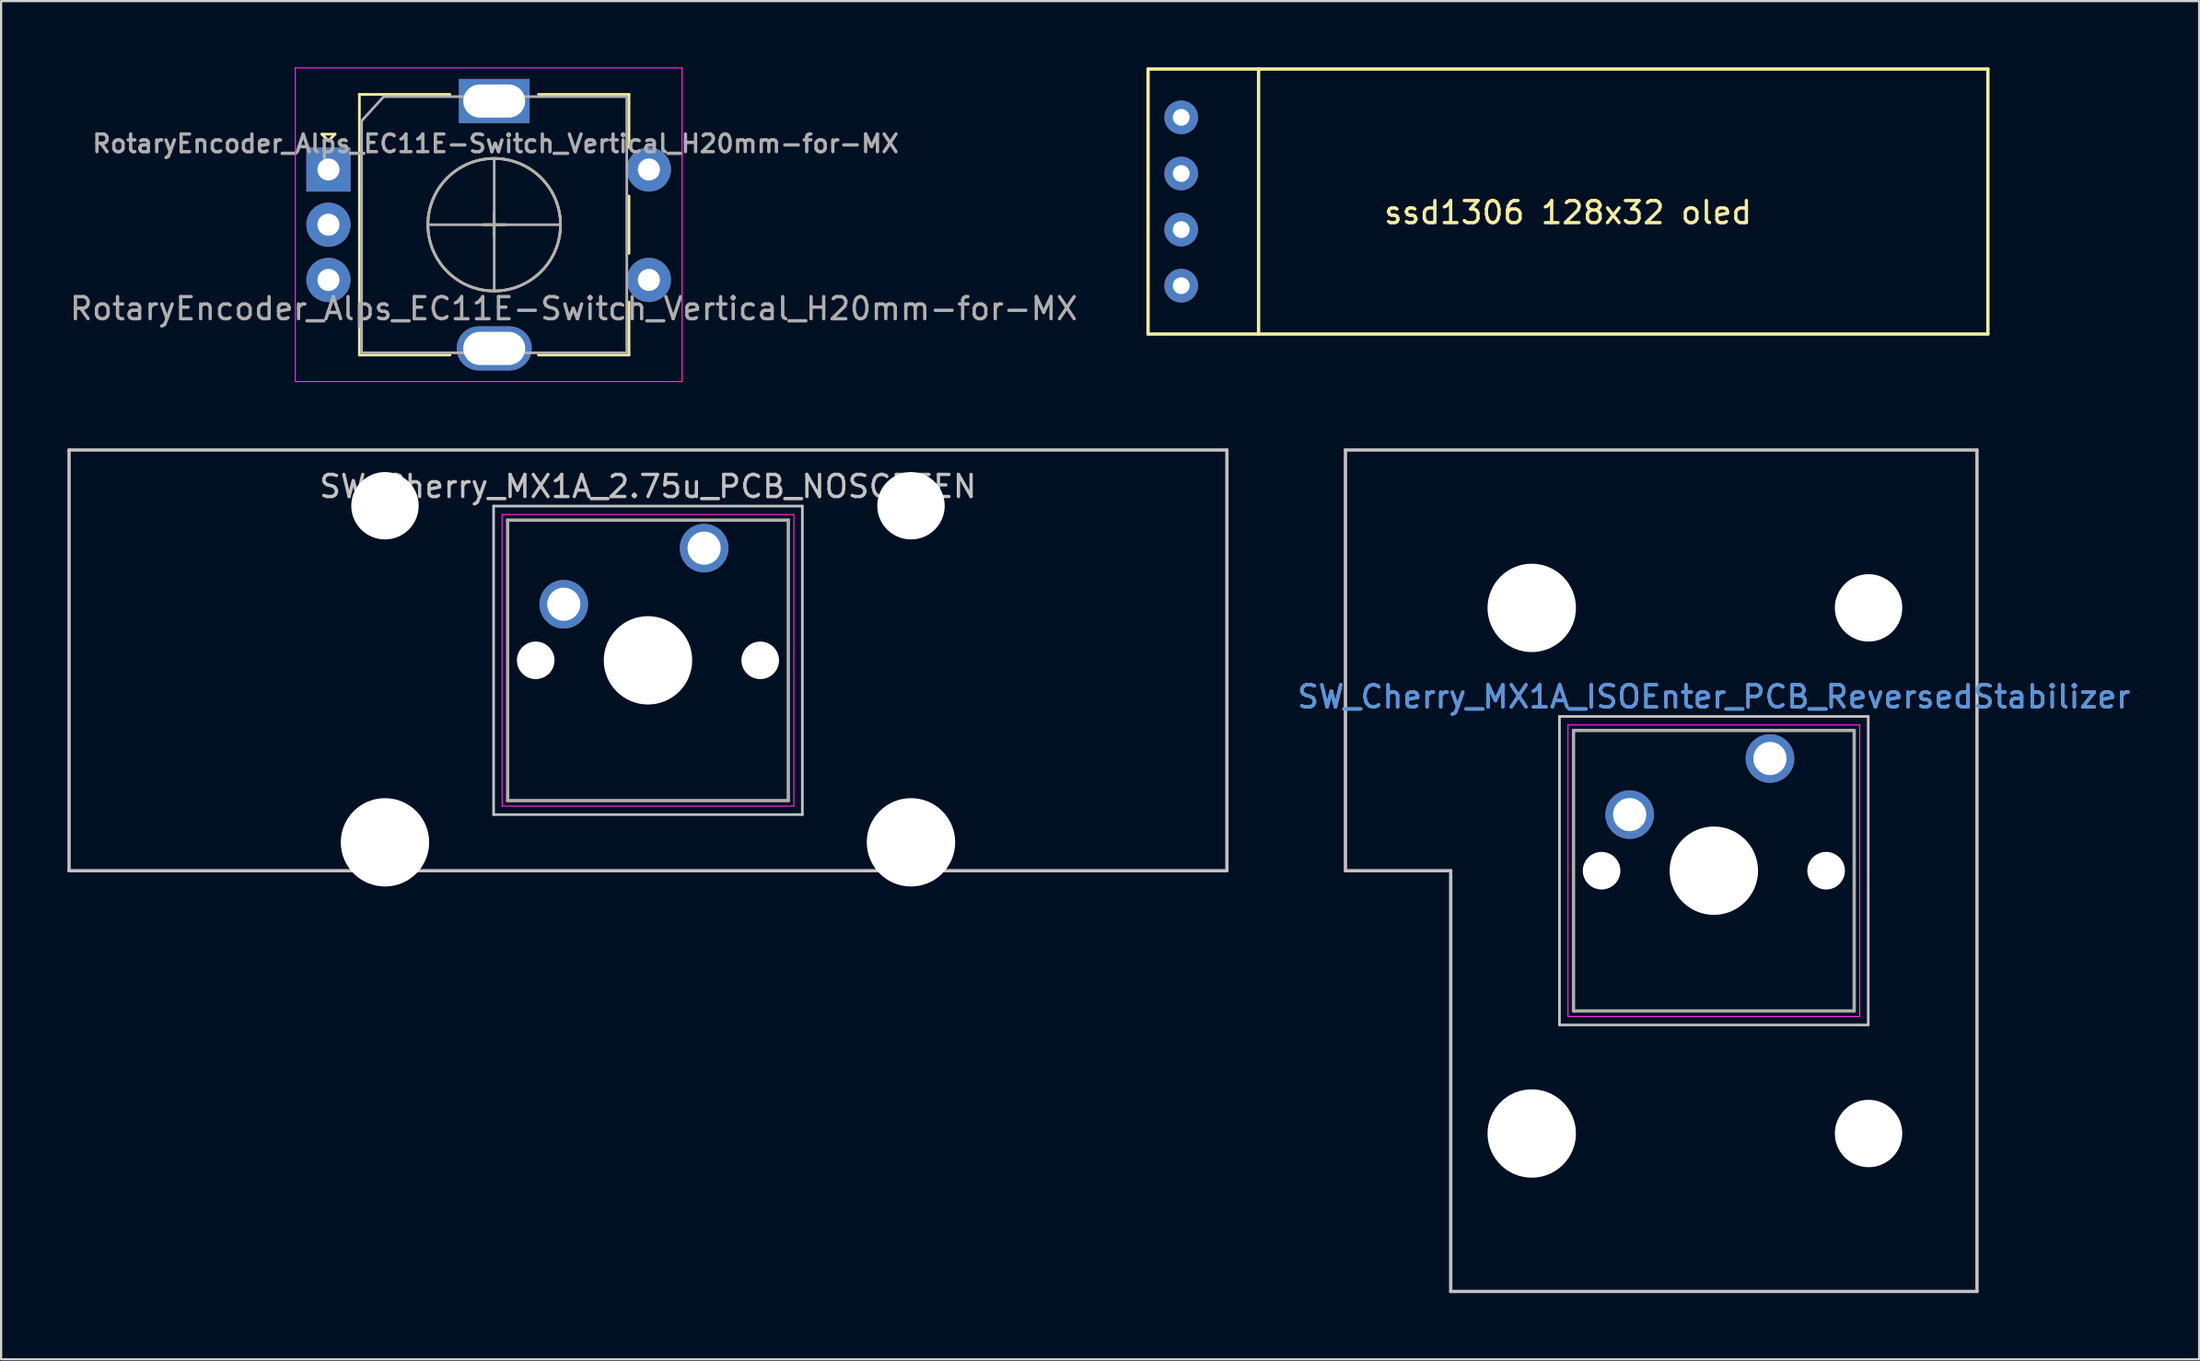
<source format=kicad_pcb>
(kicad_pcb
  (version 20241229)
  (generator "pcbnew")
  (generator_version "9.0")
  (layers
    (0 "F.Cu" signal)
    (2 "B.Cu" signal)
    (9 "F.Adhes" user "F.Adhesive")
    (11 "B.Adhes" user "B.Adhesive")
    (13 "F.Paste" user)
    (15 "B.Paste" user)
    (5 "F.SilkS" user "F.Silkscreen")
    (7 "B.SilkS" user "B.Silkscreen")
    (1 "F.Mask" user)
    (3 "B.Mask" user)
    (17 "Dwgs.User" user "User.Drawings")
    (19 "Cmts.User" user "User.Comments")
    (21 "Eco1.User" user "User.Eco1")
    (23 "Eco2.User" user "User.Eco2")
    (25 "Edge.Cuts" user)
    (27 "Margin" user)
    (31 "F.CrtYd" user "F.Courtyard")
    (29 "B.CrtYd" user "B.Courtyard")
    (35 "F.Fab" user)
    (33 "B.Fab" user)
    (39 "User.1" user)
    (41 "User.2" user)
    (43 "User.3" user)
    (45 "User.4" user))
  (footprint "SW_Cherry_MX1A_ISOEnter_PCB_ReversedStabilizer"
    (layer "F.Cu")
    (at 77.036 31.295)
    (property "Reference" "SW_Cherry_MX1A_ISOEnter_PCB_ReversedStabilizer" (at -2.54 -2.794 0) (layer "Cmts.User") (effects (font (size 1 1) (thickness 0.15))))
    (attr through_hole)
    (fp_line (start -19.209 -13.97) (end 9.366 -13.97) (stroke (width 0.15) (type solid)) (layer "Dwgs.User"))
    (fp_line (start -19.209 5.08) (end -19.209 -13.97) (stroke (width 0.15) (type solid)) (layer "Dwgs.User"))
    (fp_line (start -14.446 5.08) (end -19.209 5.08) (stroke (width 0.15) (type solid)) (layer "Dwgs.User"))
    (fp_line (start -14.446 24.13) (end -14.446 5.08) (stroke (width 0.15) (type solid)) (layer "Dwgs.User"))
    (fp_line (start -9.525 -1.905) (end 4.445 -1.905) (stroke (width 0.12) (type solid)) (layer "Dwgs.User"))
    (fp_line (start -9.525 12.065) (end -9.525 -1.905) (stroke (width 0.12) (type solid)) (layer "Dwgs.User"))
    (fp_line (start 4.445 -1.905) (end 4.445 12.065) (stroke (width 0.12) (type solid)) (layer "Dwgs.User"))
    (fp_line (start 4.445 12.065) (end -9.525 12.065) (stroke (width 0.12) (type solid)) (layer "Dwgs.User"))
    (fp_line (start 9.366 -13.97) (end 9.366 24.13) (stroke (width 0.15) (type solid)) (layer "Dwgs.User"))
    (fp_line (start 9.366 24.13) (end -14.446 24.13) (stroke (width 0.15) (type solid)) (layer "Dwgs.User"))
    (fp_line (start -9.14 -1.52) (end 4.06 -1.52) (stroke (width 0.05) (type solid)) (layer "F.CrtYd"))
    (fp_line (start -9.14 11.68) (end -9.14 -1.52) (stroke (width 0.05) (type solid)) (layer "F.CrtYd"))
    (fp_line (start 4.06 -1.52) (end 4.06 11.68) (stroke (width 0.05) (type solid)) (layer "F.CrtYd"))
    (fp_line (start 4.06 11.68) (end -9.14 11.68) (stroke (width 0.05) (type solid)) (layer "F.CrtYd"))
    (fp_line (start -8.89 -1.27) (end 3.81 -1.27) (stroke (width 0.15) (type solid)) (layer "F.Fab"))
    (fp_line (start -8.89 11.43) (end -8.89 -1.27) (stroke (width 0.15) (type solid)) (layer "F.Fab"))
    (fp_line (start 3.81 -1.27) (end 3.81 11.43) (stroke (width 0.15) (type solid)) (layer "F.Fab"))
    (fp_line (start 3.81 11.43) (end -8.89 11.43) (stroke (width 0.15) (type solid)) (layer "F.Fab"))
    (fp_text user "${REFERENCE}" (at -2.54 -2.794 0) (layer "F.Fab") (effects (font (size 1 1) (thickness 0.15))))
    (pad "" np_thru_hole circle (at -10.78 -6.82 180) (size 4 4) (drill 4) (layers "*.Cu" "*.Mask"))
    (pad "" np_thru_hole circle (at -10.78 16.98 180) (size 4 4) (drill 4) (layers "*.Cu" "*.Mask"))
    (pad "" np_thru_hole circle (at -7.62 5.08) (size 1.7 1.7) (drill 1.7) (layers "*.Cu" "*.Mask"))
    (pad "" np_thru_hole circle (at -2.54 5.08) (size 4 4) (drill 4) (layers "*.Cu" "*.Mask"))
    (pad "" np_thru_hole circle (at 2.54 5.08) (size 1.7 1.7) (drill 1.7) (layers "*.Cu" "*.Mask"))
    (pad "" np_thru_hole circle (at 4.46 -6.82 180) (size 3.05 3.05) (drill 3.05) (layers "*.Cu" "*.Mask"))
    (pad "" np_thru_hole circle (at 4.46 16.98 180) (size 3.05 3.05) (drill 3.05) (layers "*.Cu" "*.Mask"))
    (pad "1" thru_hole circle (at 0 0) (size 2.2 2.2) (drill 1.5) (layers "*.Cu" "*.Mask"))
    (pad "2" thru_hole circle (at -6.35 2.54) (size 2.2 2.2) (drill 1.5) (layers "*.Cu" "*.Mask")))
  (footprint "SW_Cherry_MX1A_2.75u_PCB_NOSCREEN"
    (layer "F.Cu")
    (at 28.809 21.77)
    (property "Reference" "SW_Cherry_MX1A_2.75u_PCB_NOSCREEN" (at -2.54 -2.794 180) (layer "Dwgs.User") (effects (font (size 1 1) (thickness 0.15))))
    (attr through_hole)
    (fp_line (start -28.734 -4.445) (end 23.654 -4.445) (stroke (width 0.15) (type solid)) (layer "Dwgs.User"))
    (fp_line (start -28.734 14.605) (end -28.734 -4.445) (stroke (width 0.15) (type solid)) (layer "Dwgs.User"))
    (fp_line (start -9.525 -1.905) (end 4.445 -1.905) (stroke (width 0.12) (type solid)) (layer "Dwgs.User"))
    (fp_line (start -9.525 12.065) (end -9.525 -1.905) (stroke (width 0.12) (type solid)) (layer "Dwgs.User"))
    (fp_line (start 4.445 -1.905) (end 4.445 12.065) (stroke (width 0.12) (type solid)) (layer "Dwgs.User"))
    (fp_line (start 4.445 12.065) (end -9.525 12.065) (stroke (width 0.12) (type solid)) (layer "Dwgs.User"))
    (fp_line (start 23.654 -4.445) (end 23.654 14.605) (stroke (width 0.15) (type solid)) (layer "Dwgs.User"))
    (fp_line (start 23.654 14.605) (end -28.734 14.605) (stroke (width 0.15) (type solid)) (layer "Dwgs.User"))
    (fp_line (start -9.14 -1.52) (end 4.06 -1.52) (stroke (width 0.05) (type solid)) (layer "F.CrtYd"))
    (fp_line (start -9.14 11.68) (end -9.14 -1.52) (stroke (width 0.05) (type solid)) (layer "F.CrtYd"))
    (fp_line (start 4.06 -1.52) (end 4.06 11.68) (stroke (width 0.05) (type solid)) (layer "F.CrtYd"))
    (fp_line (start 4.06 11.68) (end -9.14 11.68) (stroke (width 0.05) (type solid)) (layer "F.CrtYd"))
    (fp_line (start -8.89 -1.27) (end 3.81 -1.27) (stroke (width 0.15) (type solid)) (layer "F.Fab"))
    (fp_line (start -8.89 11.43) (end -8.89 -1.27) (stroke (width 0.15) (type solid)) (layer "F.Fab"))
    (fp_line (start 3.81 -1.27) (end 3.81 11.43) (stroke (width 0.15) (type solid)) (layer "F.Fab"))
    (fp_line (start 3.81 11.43) (end -8.89 11.43) (stroke (width 0.15) (type solid)) (layer "F.Fab"))
    (pad "" np_thru_hole circle (at -14.44 -1.92) (size 3.05 3.05) (drill 3.05) (layers "*.Cu" "*.Mask"))
    (pad "" np_thru_hole circle (at -14.44 13.32) (size 4 4) (drill 4) (layers "*.Cu" "*.Mask"))
    (pad "" np_thru_hole circle (at -7.62 5.08) (size 1.7 1.7) (drill 1.7) (layers "*.Cu" "*.Mask"))
    (pad "" np_thru_hole circle (at -2.54 5.08) (size 4 4) (drill 4) (layers "*.Cu" "*.Mask"))
    (pad "" np_thru_hole circle (at 2.54 5.08) (size 1.7 1.7) (drill 1.7) (layers "*.Cu" "*.Mask"))
    (pad "" np_thru_hole circle (at 9.36 -1.92) (size 3.05 3.05) (drill 3.05) (layers "*.Cu" "*.Mask"))
    (pad "" np_thru_hole circle (at 9.36 13.32) (size 4 4) (drill 4) (layers "*.Cu" "*.Mask"))
    (pad "1" thru_hole circle (at 0 0) (size 2.2 2.2) (drill 1.5) (layers "*.Cu" "*.Mask"))
    (pad "2" thru_hole circle (at -6.35 2.54) (size 2.2 2.2) (drill 1.5) (layers "*.Cu" "*.Mask")))
  (footprint "ssd1306 128x32 oled"
    (layer "F.Cu")
    (at 67.896 6.075)
    (property "Reference" "ssd1306 128x32 oled" (at 0 0.5 0) (layer "F.SilkS") (effects (font (size 1 1) (thickness 0.15))))
    (attr through_hole)
    (fp_line (start -19 -6) (end 19 -6) (stroke (width 0.15) (type solid)) (layer "F.SilkS"))
    (fp_line (start -19 6) (end -19 -6) (stroke (width 0.15) (type solid)) (layer "F.SilkS"))
    (fp_line (start -19 6) (end 19 6) (stroke (width 0.15) (type solid)) (layer "F.SilkS"))
    (fp_line (start -14 6) (end -14 -6) (stroke (width 0.15) (type solid)) (layer "F.SilkS"))
    (fp_line (start 19 6) (end 19 -6) (stroke (width 0.15) (type solid)) (layer "F.SilkS"))
    (pad "1" thru_hole circle (at -17.5 3.81) (size 1.524 1.524) (drill 0.762) (layers "*.Cu" "*.Mask"))
    (pad "2" thru_hole circle (at -17.5 1.27) (size 1.524 1.524) (drill 0.762) (layers "*.Cu" "*.Mask"))
    (pad "3" thru_hole circle (at -17.5 -1.27) (size 1.524 1.524) (drill 0.762) (layers "*.Cu" "*.Mask"))
    (pad "4" thru_hole circle (at -17.5 -3.81) (size 1.524 1.524) (drill 0.762) (layers "*.Cu" "*.Mask")))
  (footprint "RotaryEncoder_Alps_EC11E-Switch_Vertical_H20mm-for-MX"
    (layer "F.Cu")
    (at 11.811 4.625)
    (property "Reference" "RotaryEncoder_Alps_EC11E-Switch_Vertical_H20mm-for-MX" (at 7.564 -1.171 180) (layer "F.Fab") (effects (font (size 0.8 0.8) (thickness 0.15))))
    (attr through_hole)
    (fp_line (start -0.3 -1.6) (end 0.3 -1.6) (stroke (width 0.12) (type solid)) (layer "F.SilkS"))
    (fp_line (start 0 -1.3) (end -0.3 -1.6) (stroke (width 0.12) (type solid)) (layer "F.SilkS"))
    (fp_line (start 0.3 -1.6) (end 0 -1.3) (stroke (width 0.12) (type solid)) (layer "F.SilkS"))
    (fp_line (start 1.4 -3.4) (end 1.4 8.4) (stroke (width 0.12) (type solid)) (layer "F.SilkS"))
    (fp_line (start 5.5 -3.4) (end 1.4 -3.4) (stroke (width 0.12) (type solid)) (layer "F.SilkS"))
    (fp_line (start 5.5 8.4) (end 1.4 8.4) (stroke (width 0.12) (type solid)) (layer "F.SilkS"))
    (fp_line (start 7 2.5) (end 8 2.5) (stroke (width 0.12) (type solid)) (layer "F.SilkS"))
    (fp_line (start 7.5 2) (end 7.5 3) (stroke (width 0.12) (type solid)) (layer "F.SilkS"))
    (fp_line (start 9.5 -3.4) (end 13.6 -3.4) (stroke (width 0.12) (type solid)) (layer "F.SilkS"))
    (fp_line (start 13.6 -3.4) (end 13.6 -1) (stroke (width 0.12) (type solid)) (layer "F.SilkS"))
    (fp_line (start 13.6 1.2) (end 13.6 3.8) (stroke (width 0.12) (type solid)) (layer "F.SilkS"))
    (fp_line (start 13.6 6) (end 13.6 8.4) (stroke (width 0.12) (type solid)) (layer "F.SilkS"))
    (fp_line (start 13.6 8.4) (end 9.5 8.4) (stroke (width 0.12) (type solid)) (layer "F.SilkS"))
    (fp_circle (center 7.5 2.5) (end 10.5 2.5) (stroke (width 0.12) (type solid)) (fill no) (layer "F.SilkS"))
    (fp_line (start -1.5 -4.6) (end -1.5 9.6) (stroke (width 0.05) (type solid)) (layer "F.CrtYd"))
    (fp_line (start -1.5 -4.6) (end 16 -4.6) (stroke (width 0.05) (type solid)) (layer "F.CrtYd"))
    (fp_line (start 16 9.6) (end -1.5 9.6) (stroke (width 0.05) (type solid)) (layer "F.CrtYd"))
    (fp_line (start 16 9.6) (end 16 -4.6) (stroke (width 0.05) (type solid)) (layer "F.CrtYd"))
    (fp_line (start 1.5 -2.2) (end 2.5 -3.3) (stroke (width 0.12) (type solid)) (layer "F.Fab"))
    (fp_line (start 1.5 8.3) (end 1.5 -2.2) (stroke (width 0.12) (type solid)) (layer "F.Fab"))
    (fp_line (start 2.5 -3.3) (end 13.5 -3.3) (stroke (width 0.12) (type solid)) (layer "F.Fab"))
    (fp_line (start 4.5 2.5) (end 10.5 2.5) (stroke (width 0.12) (type solid)) (layer "F.Fab"))
    (fp_line (start 7.5 -0.5) (end 7.5 5.5) (stroke (width 0.12) (type solid)) (layer "F.Fab"))
    (fp_line (start 13.5 -3.3) (end 13.5 8.3) (stroke (width 0.12) (type solid)) (layer "F.Fab"))
    (fp_line (start 13.5 8.3) (end 1.5 8.3) (stroke (width 0.12) (type solid)) (layer "F.Fab"))
    (fp_circle (center 7.5 2.5) (end 10.5 2.5) (stroke (width 0.12) (type solid)) (fill no) (layer "F.Fab"))
    (fp_text user "${REFERENCE}" (at 11.1 6.3 180) (layer "F.Fab") (effects (font (size 1 1) (thickness 0.15))))
    (pad "A" thru_hole rect (at 0 0) (size 2 2) (drill 1) (layers "*.Cu" "*.Mask"))
    (pad "B" thru_hole circle (at 0 5) (size 2 2) (drill 1) (layers "*.Cu" "*.Mask"))
    (pad "C" thru_hole circle (at 0 2.5) (size 2 2) (drill 1) (layers "*.Cu" "*.Mask"))
    (pad "MP" thru_hole rect (at 7.5 -3.1) (size 3.2 2) (drill oval 2.8 1.5) (layers "*.Cu" "*.Mask"))
    (pad "MP" thru_hole roundrect (at 7.5 8.1) (size 3.4 2) (drill oval 2.8 1.5) (layers "*.Cu" "*.Mask") (roundrect_rratio 0.5))
    (pad "S1" thru_hole circle (at 14.5 5) (size 2 2) (drill 1) (layers "*.Cu" "*.Mask"))
    (pad "S2" thru_hole circle (at 14.5 0) (size 2 2) (drill 1) (layers "*.Cu" "*.Mask")))
  (gr_rect
    (start -3 -3)
    (end 96.454 58.5)
    (stroke (width 0.1) (type default))
    (fill no)
    (layer "Edge.Cuts")))
</source>
